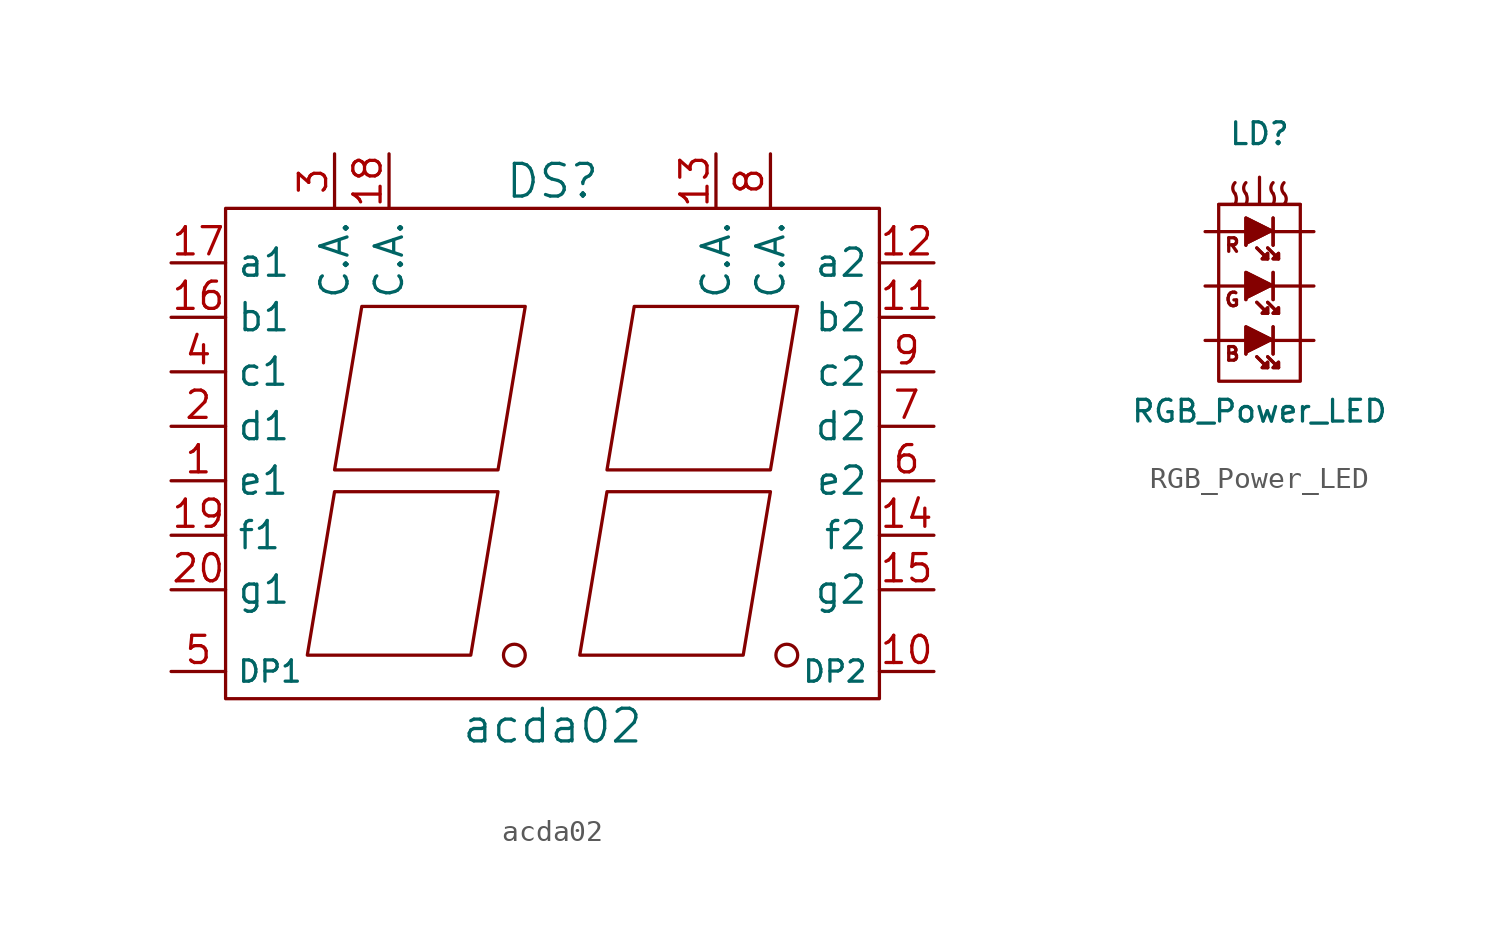
<source format=kicad_sym>
(kicad_symbol_lib
  (version 20220914)
  (generator kicad_symbol_editor)
  (symbol "acda02"
    (property "Reference" "DS"
      (at 0 12.7 0)
      (effects (font (size 1.524 1.524))))
    (property "Value" "acda02"
      (at 0 -12.7 0)
      (effects (font (size 1.524 1.524))))
    (property "Footprint" ""
      (at 0 0 0)
      (effects (font (size 1.524 1.524))))
    (property "Datasheet" ""
      (at 0 0 0)
      (effects (font (size 1.524 1.524))))
    (symbol "acda02_0_1"
      (rectangle (start -15.24 11.43) (end 15.24 -11.43) (stroke (width 0) (type solid)) (fill (type none)))
      (circle (center -1.778 -9.398) (radius 0.508) (stroke (width 0) (type solid)) (fill (type none)))
      (polyline (pts (xy -10.16 -1.778) (xy -2.54 -1.778) (xy -3.81 -9.398) (xy -11.43 -9.398) (xy -10.16 -1.778) (xy -10.16 -1.778)) (stroke (width 0) (type solid)) (fill (type none)))
      (polyline (pts (xy -8.89 6.858) (xy -1.27 6.858) (xy -2.54 -0.762) (xy -10.16 -0.762) (xy -8.89 6.858) (xy -8.89 6.858)) (stroke (width 0) (type solid)) (fill (type none)))
      (polyline (pts (xy 2.54 -1.778) (xy 10.16 -1.778) (xy 8.89 -9.398) (xy 1.27 -9.398) (xy 2.54 -1.778) (xy 2.54 -1.778)) (stroke (width 0) (type solid)) (fill (type none)))
      (polyline (pts (xy 3.81 6.858) (xy 11.43 6.858) (xy 10.16 -0.762) (xy 2.54 -0.762) (xy 3.81 6.858) (xy 3.81 6.858)) (stroke (width 0) (type solid)) (fill (type none)))
      (circle (center 10.922 -9.398) (radius 0.508) (stroke (width 0) (type solid)) (fill (type none))))
    (symbol "acda02_1_1"
      (pin input line (at -17.78 -1.27 0) (length 2.54) (name "e1" (effects (font (size 1.27 1.27)))) (number "1" (effects (font (size 1.27 1.27)))))
      (pin input line (at 17.78 -10.16 180) (length 2.54) (name "DP2" (effects (font (size 0.991 0.991)))) (number "10" (effects (font (size 1.27 1.27)))))
      (pin input line (at 17.78 6.35 180) (length 2.54) (name "b2" (effects (font (size 1.27 1.27)))) (number "11" (effects (font (size 1.27 1.27)))))
      (pin input line (at 17.78 8.89 180) (length 2.54) (name "a2" (effects (font (size 1.27 1.27)))) (number "12" (effects (font (size 1.27 1.27)))))
      (pin input line (at 7.62 13.97 270) (length 2.54) (name "C.A." (effects (font (size 1.27 1.27)))) (number "13" (effects (font (size 1.27 1.27)))))
      (pin input line (at 17.78 -3.81 180) (length 2.54) (name "f2" (effects (font (size 1.27 1.27)))) (number "14" (effects (font (size 1.27 1.27)))))
      (pin input line (at 17.78 -6.35 180) (length 2.54) (name "g2" (effects (font (size 1.27 1.27)))) (number "15" (effects (font (size 1.27 1.27)))))
      (pin input line (at -17.78 6.35 0) (length 2.54) (name "b1" (effects (font (size 1.27 1.27)))) (number "16" (effects (font (size 1.27 1.27)))))
      (pin input line (at -17.78 8.89 0) (length 2.54) (name "a1" (effects (font (size 1.27 1.27)))) (number "17" (effects (font (size 1.27 1.27)))))
      (pin input line (at -7.62 13.97 270) (length 2.54) (name "C.A." (effects (font (size 1.27 1.27)))) (number "18" (effects (font (size 1.27 1.27)))))
      (pin input line (at -17.78 -3.81 0) (length 2.54) (name "f1" (effects (font (size 1.27 1.27)))) (number "19" (effects (font (size 1.27 1.27)))))
      (pin input line (at -17.78 1.27 0) (length 2.54) (name "d1" (effects (font (size 1.27 1.27)))) (number "2" (effects (font (size 1.27 1.27)))))
      (pin input line (at -17.78 -6.35 0) (length 2.54) (name "g1" (effects (font (size 1.27 1.27)))) (number "20" (effects (font (size 1.27 1.27)))))
      (pin input line (at -10.16 13.97 270) (length 2.54) (name "C.A." (effects (font (size 1.27 1.27)))) (number "3" (effects (font (size 1.27 1.27)))))
      (pin input line (at -17.78 3.81 0) (length 2.54) (name "c1" (effects (font (size 1.27 1.27)))) (number "4" (effects (font (size 1.27 1.27)))))
      (pin input line (at -17.78 -10.16 0) (length 2.54) (name "DP1" (effects (font (size 0.991 0.991)))) (number "5" (effects (font (size 1.27 1.27)))))
      (pin input line (at 17.78 -1.27 180) (length 2.54) (name "e2" (effects (font (size 1.27 1.27)))) (number "6" (effects (font (size 1.27 1.27)))))
      (pin input line (at 17.78 1.27 180) (length 2.54) (name "d2" (effects (font (size 1.27 1.27)))) (number "7" (effects (font (size 1.27 1.27)))))
      (pin input line (at 10.16 13.97 270) (length 2.54) (name "C.A." (effects (font (size 1.27 1.27)))) (number "8" (effects (font (size 1.27 1.27)))))
      (pin input line (at 17.78 3.81 180) (length 2.54) (name "c2" (effects (font (size 1.27 1.27)))) (number "9" (effects (font (size 1.27 1.27)))))))
  (symbol "RGB_Power_LED"
    (pin_numbers hide)
    (pin_names
      (offset 1.016) hide)
    (property "Reference" "LD"
      (at 0 7.112 0)
      (effects (font (size 1.016 1.016))))
    (property "Value" "RGB_Power_LED"
      (at 0 -5.842 0)
      (effects (font (size 1.016 1.016))))
    (property "Footprint" ""
      (at 0 0 0)
      (effects (font (size 1.524 1.524))))
    (property "Datasheet" ""
      (at 0 0 0)
      (effects (font (size 1.524 1.524))))
    (symbol "RGB_Power_LED_0_0"
      (text "B" (at -1.27 -3.175 0) (effects (font (size 0.635 0.635))))
      (text "G" (at -1.27 -0.635 0) (effects (font (size 0.635 0.635))))
      (text "R" (at -1.27 1.905 0) (effects (font (size 0.635 0.635)))))
    (symbol "RGB_Power_LED_0_1"
      (rectangle (start -1.905 3.81) (end 1.905 -4.445) (stroke (width 0) (type solid)) (fill (type none)))
      (rectangle (start -1.27 3.81) (end -1.905 3.81) (stroke (width 0) (type solid)) (fill (type none)))
      (arc (start -1.143 3.81) (mid -1.083 4.064) (end -1.143 4.318) (stroke (width 0) (type solid)) (fill (type none)))
      (arc (start -1.143 4.826) (mid -1.2482 4.572) (end -1.143 4.318) (stroke (width 0) (type solid)) (fill (type none)))
      (arc (start -0.635 3.81) (mid -0.575 4.064) (end -0.635 4.318) (stroke (width 0) (type solid)) (fill (type none)))
      (arc (start -0.635 4.826) (mid -0.7402 4.572) (end -0.635 4.318) (stroke (width 0) (type solid)) (fill (type none)))
      (polyline (pts (xy -1.27 3.81) (xy 1.27 3.81) (xy 1.27 3.81)) (stroke (width 0) (type solid)) (fill (type none)))
      (polyline (pts (xy -0.127 -3.302) (xy 0.381 -3.81) (xy 0.381 -3.81)) (stroke (width 0) (type solid)) (fill (type none)))
      (polyline (pts (xy -0.127 -3.302) (xy 0.381 -3.81) (xy 0.381 -3.81)) (stroke (width 0) (type solid)) (fill (type none)))
      (polyline (pts (xy -0.127 -0.762) (xy 0.381 -1.27) (xy 0.381 -1.27)) (stroke (width 0) (type solid)) (fill (type none)))
      (polyline (pts (xy -0.127 -0.762) (xy 0.381 -1.27) (xy 0.381 -1.27)) (stroke (width 0) (type solid)) (fill (type none)))
      (polyline (pts (xy -0.127 1.778) (xy 0.381 1.27) (xy 0.381 1.27)) (stroke (width 0) (type solid)) (fill (type none)))
      (polyline (pts (xy -0.127 1.778) (xy 0.381 1.27) (xy 0.381 1.27)) (stroke (width 0) (type solid)) (fill (type none)))
      (polyline (pts (xy 0.381 -3.302) (xy 0.889 -3.81) (xy 0.889 -3.81)) (stroke (width 0) (type solid)) (fill (type none)))
      (polyline (pts (xy 0.381 -3.302) (xy 0.889 -3.81) (xy 0.889 -3.81)) (stroke (width 0) (type solid)) (fill (type none)))
      (polyline (pts (xy 0.381 -0.762) (xy 0.889 -1.27) (xy 0.889 -1.27)) (stroke (width 0) (type solid)) (fill (type none)))
      (polyline (pts (xy 0.381 -0.762) (xy 0.889 -1.27) (xy 0.889 -1.27)) (stroke (width 0) (type solid)) (fill (type none)))
      (polyline (pts (xy 0.381 1.778) (xy 0.889 1.27) (xy 0.889 1.27)) (stroke (width 0) (type solid)) (fill (type none)))
      (polyline (pts (xy 0.381 1.778) (xy 0.889 1.27) (xy 0.889 1.27)) (stroke (width 0) (type solid)) (fill (type none)))
      (polyline (pts (xy 0.635 -3.175) (xy 0.635 -1.905) (xy 0.635 -1.905)) (stroke (width 0) (type solid)) (fill (type none)))
      (polyline (pts (xy 0.635 -3.175) (xy 0.635 -1.905) (xy 0.635 -1.905)) (stroke (width 0) (type solid)) (fill (type none)))
      (polyline (pts (xy 0.635 -0.635) (xy 0.635 0.635) (xy 0.635 0.635)) (stroke (width 0) (type solid)) (fill (type none)))
      (polyline (pts (xy 0.635 -0.635) (xy 0.635 0.635) (xy 0.635 0.635)) (stroke (width 0) (type solid)) (fill (type none)))
      (polyline (pts (xy 0.635 1.905) (xy 0.635 3.175) (xy 0.635 3.175)) (stroke (width 0) (type solid)) (fill (type none)))
      (polyline (pts (xy 0.635 1.905) (xy 0.635 3.175) (xy 0.635 3.175)) (stroke (width 0) (type solid)) (fill (type none)))
      (polyline (pts (xy 0.635 -2.54) (xy -0.635 -1.905) (xy -0.635 -3.175) (xy -0.635 -3.175)) (stroke (width 0) (type solid)) (fill (type outline)))
      (polyline (pts (xy 0.635 -2.54) (xy -0.635 -1.905) (xy -0.635 -3.175) (xy -0.635 -3.175)) (stroke (width 0) (type solid)) (fill (type outline)))
      (polyline (pts (xy 0.635 0) (xy -0.635 0.635) (xy -0.635 -0.635) (xy -0.635 -0.635)) (stroke (width 0) (type solid)) (fill (type outline)))
      (polyline (pts (xy 0.635 0) (xy -0.635 0.635) (xy -0.635 -0.635) (xy -0.635 -0.635)) (stroke (width 0) (type solid)) (fill (type outline)))
      (polyline (pts (xy 0.635 2.54) (xy -0.635 3.175) (xy -0.635 1.905) (xy -0.635 1.905)) (stroke (width 0) (type solid)) (fill (type outline)))
      (polyline (pts (xy 0.635 2.54) (xy -0.635 3.175) (xy -0.635 1.905) (xy -0.635 1.905)) (stroke (width 0) (type solid)) (fill (type outline)))
      (polyline (pts (xy 0.889 -3.81) (xy 0.635 -3.81) (xy 0.889 -3.556) (xy 0.889 -3.81) (xy 0.889 -3.81)) (stroke (width 0) (type solid)) (fill (type outline)))
      (polyline (pts (xy 0.889 -3.81) (xy 0.635 -3.81) (xy 0.889 -3.556) (xy 0.889 -3.81) (xy 0.889 -3.81)) (stroke (width 0) (type solid)) (fill (type outline)))
      (polyline (pts (xy 0.889 -1.27) (xy 0.635 -1.27) (xy 0.889 -1.016) (xy 0.889 -1.27) (xy 0.889 -1.27)) (stroke (width 0) (type solid)) (fill (type outline)))
      (polyline (pts (xy 0.889 -1.27) (xy 0.635 -1.27) (xy 0.889 -1.016) (xy 0.889 -1.27) (xy 0.889 -1.27)) (stroke (width 0) (type solid)) (fill (type outline)))
      (polyline (pts (xy 0.889 1.27) (xy 0.635 1.27) (xy 0.889 1.524) (xy 0.889 1.27) (xy 0.889 1.27)) (stroke (width 0) (type solid)) (fill (type outline)))
      (polyline (pts (xy 0.889 1.27) (xy 0.635 1.27) (xy 0.889 1.524) (xy 0.889 1.27) (xy 0.889 1.27)) (stroke (width 0) (type solid)) (fill (type outline)))
      (polyline (pts (xy 0.381 -3.81) (xy 0.127 -3.81) (xy 0.381 -3.556) (xy 0.381 -3.81) (xy 0.381 -3.81) (xy 0.381 -3.81)) (stroke (width 0) (type solid)) (fill (type outline)))
      (polyline (pts (xy 0.381 -3.81) (xy 0.127 -3.81) (xy 0.381 -3.556) (xy 0.381 -3.81) (xy 0.381 -3.81) (xy 0.381 -3.81)) (stroke (width 0) (type solid)) (fill (type outline)))
      (polyline (pts (xy 0.381 -1.27) (xy 0.127 -1.27) (xy 0.381 -1.016) (xy 0.381 -1.27) (xy 0.381 -1.27) (xy 0.381 -1.27)) (stroke (width 0) (type solid)) (fill (type outline)))
      (polyline (pts (xy 0.381 -1.27) (xy 0.127 -1.27) (xy 0.381 -1.016) (xy 0.381 -1.27) (xy 0.381 -1.27) (xy 0.381 -1.27)) (stroke (width 0) (type solid)) (fill (type outline)))
      (polyline (pts (xy 0.381 1.27) (xy 0.127 1.27) (xy 0.381 1.524) (xy 0.381 1.27) (xy 0.381 1.27) (xy 0.381 1.27)) (stroke (width 0) (type solid)) (fill (type outline)))
      (polyline (pts (xy 0.381 1.27) (xy 0.127 1.27) (xy 0.381 1.524) (xy 0.381 1.27) (xy 0.381 1.27) (xy 0.381 1.27)) (stroke (width 0) (type solid)) (fill (type outline)))
      (arc (start 0.635 3.81) (mid 0.695 4.064) (end 0.635 4.318) (stroke (width 0) (type solid)) (fill (type none)))
      (arc (start 0.635 4.826) (mid 0.5298 4.572) (end 0.635 4.318) (stroke (width 0) (type solid)) (fill (type none)))
      (arc (start 1.143 3.81) (mid 1.2482 4.064) (end 1.143 4.318) (stroke (width 0) (type solid)) (fill (type none)))
      (arc (start 1.143 4.826) (mid 1.0378 4.572) (end 1.143 4.318) (stroke (width 0) (type solid)) (fill (type none)))
      (rectangle (start 1.905 3.81) (end 1.27 3.81) (stroke (width 0) (type solid)) (fill (type none))))
    (symbol "RGB_Power_LED_1_1"
      (pin passive line (at -2.54 -2.54 0) (length 2.007) (name "AB" (effects (font (size 1.016 1.016)))) (number "1" (effects (font (size 1.016 1.016)))))
      (pin passive line (at -2.54 0 0) (length 2.007) (name "AG" (effects (font (size 1.016 1.016)))) (number "2" (effects (font (size 1.016 1.016)))))
      (pin passive line (at -2.54 2.54 0) (length 2.007) (name "AR" (effects (font (size 1.016 1.016)))) (number "3" (effects (font (size 1.016 1.016)))))
      (pin passive line (at 2.54 2.54 180) (length 2.007) (name "KR" (effects (font (size 1.016 1.016)))) (number "4" (effects (font (size 1.016 1.016)))))
      (pin passive line (at 2.54 0 180) (length 2.007) (name "KG" (effects (font (size 1.016 1.016)))) (number "5" (effects (font (size 1.016 1.016)))))
      (pin passive line (at 2.54 -2.54 180) (length 2.007) (name "KB" (effects (font (size 1.016 1.016)))) (number "6" (effects (font (size 1.016 1.016)))))
      (pin input line (at 0 5.08 270) (length 1.27) (name "Thermal" (effects (font (size 1.016 1.016)))) (number "7" (effects (font (size 1.016 1.016))))))))
</source>
